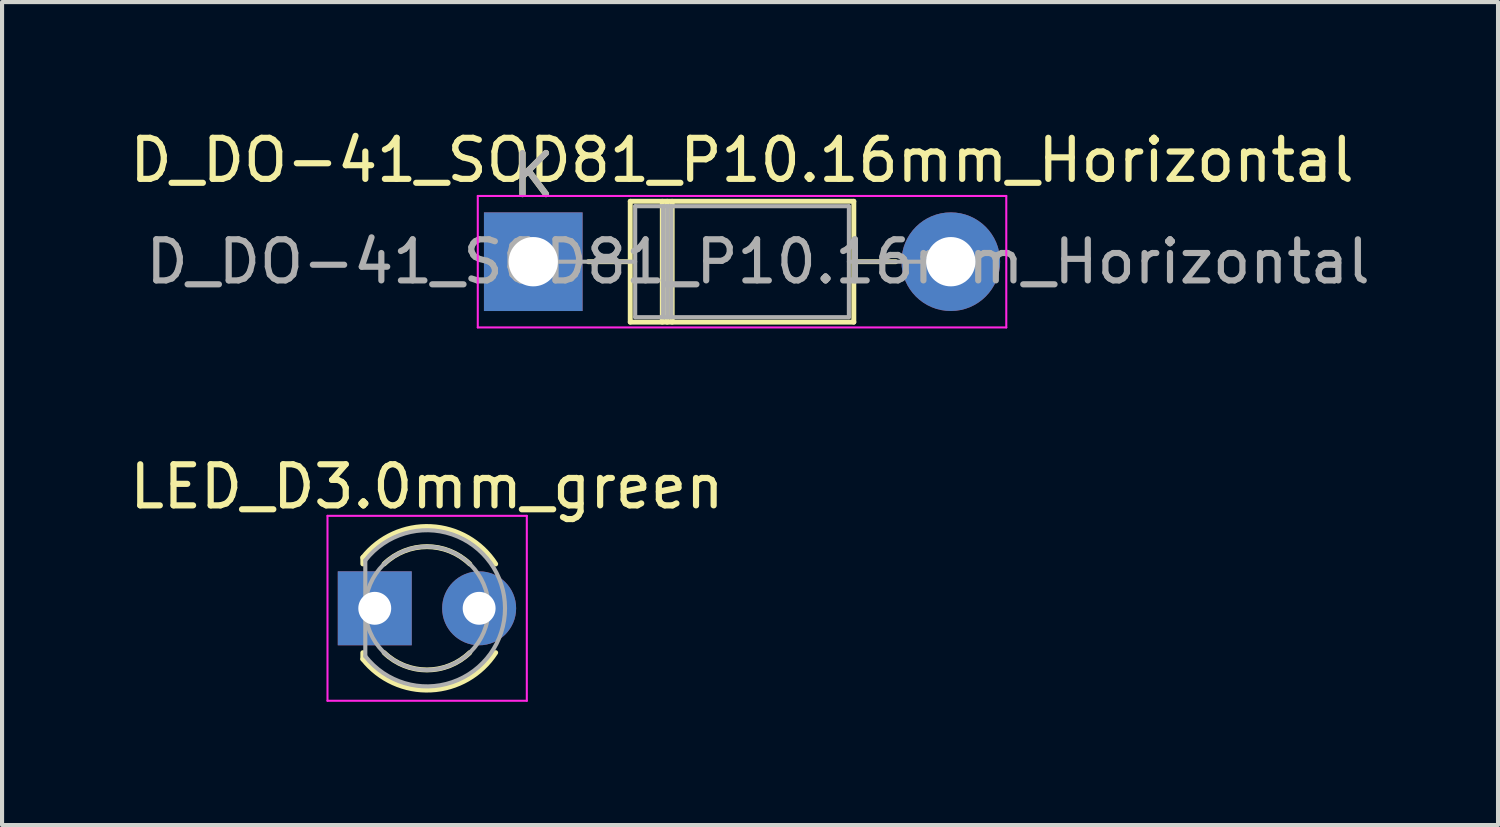
<source format=kicad_pcb>
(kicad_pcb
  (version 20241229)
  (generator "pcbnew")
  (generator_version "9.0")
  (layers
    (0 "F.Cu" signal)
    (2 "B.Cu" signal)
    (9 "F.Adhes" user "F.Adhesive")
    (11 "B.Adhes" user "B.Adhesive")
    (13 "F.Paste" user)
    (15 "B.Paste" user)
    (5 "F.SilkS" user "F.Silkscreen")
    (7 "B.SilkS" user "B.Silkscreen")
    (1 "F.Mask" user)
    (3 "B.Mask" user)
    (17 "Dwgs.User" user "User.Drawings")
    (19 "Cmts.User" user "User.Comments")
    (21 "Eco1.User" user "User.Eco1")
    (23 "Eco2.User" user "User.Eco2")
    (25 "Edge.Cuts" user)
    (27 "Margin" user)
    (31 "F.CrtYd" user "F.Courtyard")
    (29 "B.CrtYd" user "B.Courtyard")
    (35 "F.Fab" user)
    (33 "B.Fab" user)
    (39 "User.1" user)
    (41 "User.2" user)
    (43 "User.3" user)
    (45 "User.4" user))
  (footprint "D_DO-41_SOD81_P10.16mm_Horizontal"
    (layer "F.Cu")
    (at 9.926 3.318)
    (property "Reference" "D_DO-41_SOD81_P10.16mm_Horizontal" (at 5.08 -2.47 0) (layer "F.SilkS") (effects (font (size 1 1) (thickness 0.15))))
    (attr through_hole)
    (fp_line (start 1.34 0) (end 2.36 0) (stroke (width 0.12) (type solid)) (layer "F.SilkS"))
    (fp_line (start 2.36 -1.47) (end 2.36 1.47) (stroke (width 0.12) (type solid)) (layer "F.SilkS"))
    (fp_line (start 2.36 1.47) (end 7.8 1.47) (stroke (width 0.12) (type solid)) (layer "F.SilkS"))
    (fp_line (start 3.14 -1.47) (end 3.14 1.47) (stroke (width 0.12) (type solid)) (layer "F.SilkS"))
    (fp_line (start 3.26 -1.47) (end 3.26 1.47) (stroke (width 0.12) (type solid)) (layer "F.SilkS"))
    (fp_line (start 3.38 -1.47) (end 3.38 1.47) (stroke (width 0.12) (type solid)) (layer "F.SilkS"))
    (fp_line (start 7.8 -1.47) (end 2.36 -1.47) (stroke (width 0.12) (type solid)) (layer "F.SilkS"))
    (fp_line (start 7.8 1.47) (end 7.8 -1.47) (stroke (width 0.12) (type solid)) (layer "F.SilkS"))
    (fp_line (start 8.82 0) (end 7.8 0) (stroke (width 0.12) (type solid)) (layer "F.SilkS"))
    (fp_line (start -1.35 -1.6) (end -1.35 1.6) (stroke (width 0.05) (type solid)) (layer "F.CrtYd"))
    (fp_line (start -1.35 1.6) (end 11.51 1.6) (stroke (width 0.05) (type solid)) (layer "F.CrtYd"))
    (fp_line (start 11.51 -1.6) (end -1.35 -1.6) (stroke (width 0.05) (type solid)) (layer "F.CrtYd"))
    (fp_line (start 11.51 1.6) (end 11.51 -1.6) (stroke (width 0.05) (type solid)) (layer "F.CrtYd"))
    (fp_line (start 0 0) (end 2.48 0) (stroke (width 0.1) (type solid)) (layer "F.Fab"))
    (fp_line (start 2.48 -1.35) (end 2.48 1.35) (stroke (width 0.1) (type solid)) (layer "F.Fab"))
    (fp_line (start 2.48 1.35) (end 7.68 1.35) (stroke (width 0.1) (type solid)) (layer "F.Fab"))
    (fp_line (start 3.16 -1.35) (end 3.16 1.35) (stroke (width 0.1) (type solid)) (layer "F.Fab"))
    (fp_line (start 3.26 -1.35) (end 3.26 1.35) (stroke (width 0.1) (type solid)) (layer "F.Fab"))
    (fp_line (start 3.36 -1.35) (end 3.36 1.35) (stroke (width 0.1) (type solid)) (layer "F.Fab"))
    (fp_line (start 7.68 -1.35) (end 2.48 -1.35) (stroke (width 0.1) (type solid)) (layer "F.Fab"))
    (fp_line (start 7.68 1.35) (end 7.68 -1.35) (stroke (width 0.1) (type solid)) (layer "F.Fab"))
    (fp_line (start 10.16 0) (end 7.68 0) (stroke (width 0.1) (type solid)) (layer "F.Fab"))
    (fp_text user "K" (at 0 -2.1 0) (layer "F.SilkS") (effects (font (size 1 1) (thickness 0.15))))
    (fp_text user "${REFERENCE}" (at 5.47 0 0) (layer "F.Fab") (effects (font (size 1 1) (thickness 0.15))))
    (fp_text user "K" (at 0 -2.1 0) (layer "F.Fab") (effects (font (size 1 1) (thickness 0.15))))
    (pad "1" thru_hole rect (at 0 0) (size 2.4 2.4) (drill 1.2) (layers "*.Cu" "*.Mask"))
    (pad "2" thru_hole oval (at 10.16 0) (size 2.4 2.4) (drill 1.2) (layers "*.Cu" "*.Mask")))
  (footprint "LED_D3.0mm_green"
    (layer "F.Cu")
    (at 6.069 11.752)
    (property "Reference" "LED_D3.0mm_green" (at 1.27 -2.96 0) (layer "F.SilkS") (effects (font (size 1 1) (thickness 0.15))))
    (attr through_hole)
    (fp_line (start -0.29 -1.236) (end -0.29 -1.08) (stroke (width 0.12) (type solid)) (layer "F.SilkS"))
    (fp_line (start -0.29 1.08) (end -0.29 1.236) (stroke (width 0.12) (type solid)) (layer "F.SilkS"))
    (fp_arc (start -0.29 -1.235516) (mid 1.366487 -1.987659) (end 2.942335 -1.078608) (stroke (width 0.12) (type solid)) (layer "F.SilkS"))
    (fp_arc (start 0.229039 -1.08) (mid 1.270117 -1.5) (end 2.31113 -1.079837) (stroke (width 0.12) (type solid)) (layer "F.SilkS"))
    (fp_arc (start 2.31113 1.079837) (mid 1.270117 1.5) (end 0.229039 1.08) (stroke (width 0.12) (type solid)) (layer "F.SilkS"))
    (fp_arc (start 2.942335 1.078608) (mid 1.366487 1.987659) (end -0.29 1.235516) (stroke (width 0.12) (type solid)) (layer "F.SilkS"))
    (fp_line (start -1.15 -2.25) (end -1.15 2.25) (stroke (width 0.05) (type solid)) (layer "F.CrtYd"))
    (fp_line (start -1.15 2.25) (end 3.7 2.25) (stroke (width 0.05) (type solid)) (layer "F.CrtYd"))
    (fp_line (start 3.7 -2.25) (end -1.15 -2.25) (stroke (width 0.05) (type solid)) (layer "F.CrtYd"))
    (fp_line (start 3.7 2.25) (end 3.7 -2.25) (stroke (width 0.05) (type solid)) (layer "F.CrtYd"))
    (fp_line (start -0.23 -1.166) (end -0.23 1.166) (stroke (width 0.1) (type solid)) (layer "F.Fab"))
    (fp_arc (start -0.23 -1.16619) (mid 3.17 0.000452) (end -0.230555 1.165476) (stroke (width 0.1) (type solid)) (layer "F.Fab"))
    (fp_circle (center 1.27 0) (end 2.77 0) (stroke (width 0.1) (type solid)) (fill no) (layer "F.Fab"))
    (pad "1" thru_hole rect (at 0 0) (size 1.8 1.8) (drill 0.8) (layers "*.Cu" "*.Mask"))
    (pad "2" thru_hole circle (at 2.54 0) (size 1.8 1.8) (drill 0.8) (layers "*.Cu" "*.Mask")))
  (gr_rect
    (start -3 -3)
    (end 33.402 17.026)
    (stroke (width 0.1) (type default))
    (fill no)
    (layer "Edge.Cuts")))
</source>
